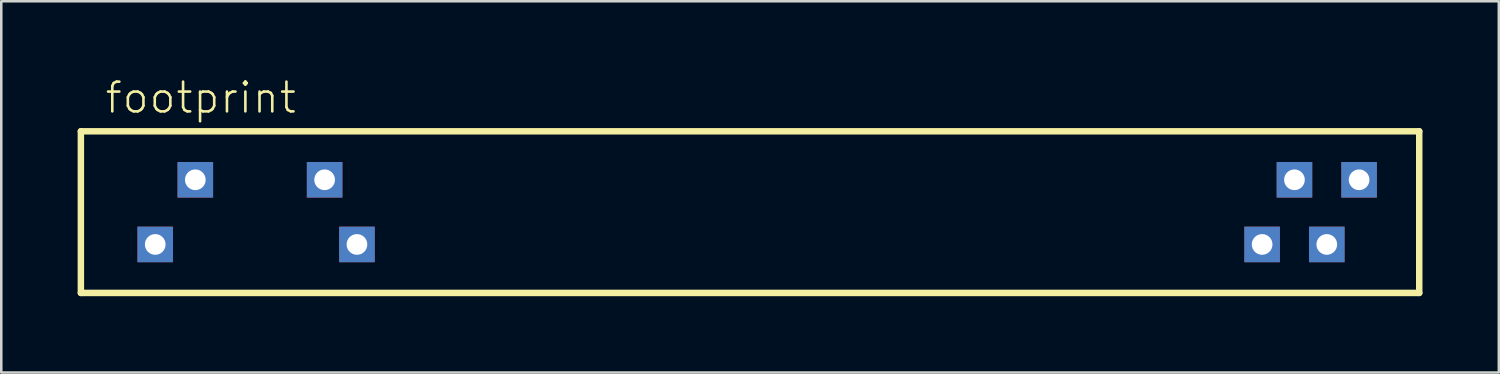
<source format=kicad_pcb>
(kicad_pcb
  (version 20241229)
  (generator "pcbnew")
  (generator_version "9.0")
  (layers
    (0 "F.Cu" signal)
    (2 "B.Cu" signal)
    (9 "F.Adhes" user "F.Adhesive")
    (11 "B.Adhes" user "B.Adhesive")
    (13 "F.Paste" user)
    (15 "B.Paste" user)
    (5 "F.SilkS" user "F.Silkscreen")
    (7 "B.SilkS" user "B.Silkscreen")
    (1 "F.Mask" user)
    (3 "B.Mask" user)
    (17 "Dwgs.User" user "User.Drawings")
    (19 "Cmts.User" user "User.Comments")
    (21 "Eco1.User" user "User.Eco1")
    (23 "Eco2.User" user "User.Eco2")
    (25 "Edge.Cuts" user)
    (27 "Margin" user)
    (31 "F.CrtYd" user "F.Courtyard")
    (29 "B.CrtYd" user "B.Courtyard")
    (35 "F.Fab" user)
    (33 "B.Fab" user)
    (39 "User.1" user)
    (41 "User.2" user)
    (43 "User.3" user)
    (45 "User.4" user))
  (footprint "footprint"
    (layer "F.Cu")
    (at 26.416 5.283)
    (property "Reference" "footprint" (at -25.4 -3.81 0) (layer "F.SilkS") (effects (font (size 1.168 1.168) (thickness 0.102)) (justify left bottom)))
    (fp_line (start -26.289 -3.175) (end 26.289 -3.175) (stroke (width 0.254) (type solid)) (layer "F.SilkS"))
    (fp_line (start -26.289 3.175) (end -26.289 -3.175) (stroke (width 0.254) (type solid)) (layer "F.SilkS"))
    (fp_line (start 26.289 -3.175) (end 26.289 3.175) (stroke (width 0.254) (type solid)) (layer "F.SilkS"))
    (fp_line (start 26.289 3.175) (end -26.289 3.175) (stroke (width 0.254) (type solid)) (layer "F.SilkS"))
    (pad "1" thru_hole rect (at -23.368 1.27) (size 1.397 1.397) (drill 0.813) (layers "*.Cu" "*.Mask"))
    (pad "2" thru_hole rect (at -15.443 1.27) (size 1.397 1.397) (drill 0.813) (layers "*.Cu" "*.Mask"))
    (pad "3" thru_hole rect (at 20.117 1.27) (size 1.397 1.397) (drill 0.813) (layers "*.Cu" "*.Mask"))
    (pad "4" thru_hole rect (at 22.657 1.27) (size 1.397 1.397) (drill 0.813) (layers "*.Cu" "*.Mask"))
    (pad "5" thru_hole rect (at 23.927 -1.27) (size 1.397 1.397) (drill 0.813) (layers "*.Cu" "*.Mask"))
    (pad "6" thru_hole rect (at 21.387 -1.27) (size 1.397 1.397) (drill 0.813) (layers "*.Cu" "*.Mask"))
    (pad "8" thru_hole rect (at -16.713 -1.27) (size 1.397 1.397) (drill 0.813) (layers "*.Cu" "*.Mask"))
    (pad "9" thru_hole rect (at -21.793 -1.27) (size 1.397 1.397) (drill 0.813) (layers "*.Cu" "*.Mask")))
  (gr_rect
    (start -3 -3)
    (end 55.832 11.585)
    (stroke (width 0.1) (type default))
    (fill no)
    (layer "Edge.Cuts")))
</source>
